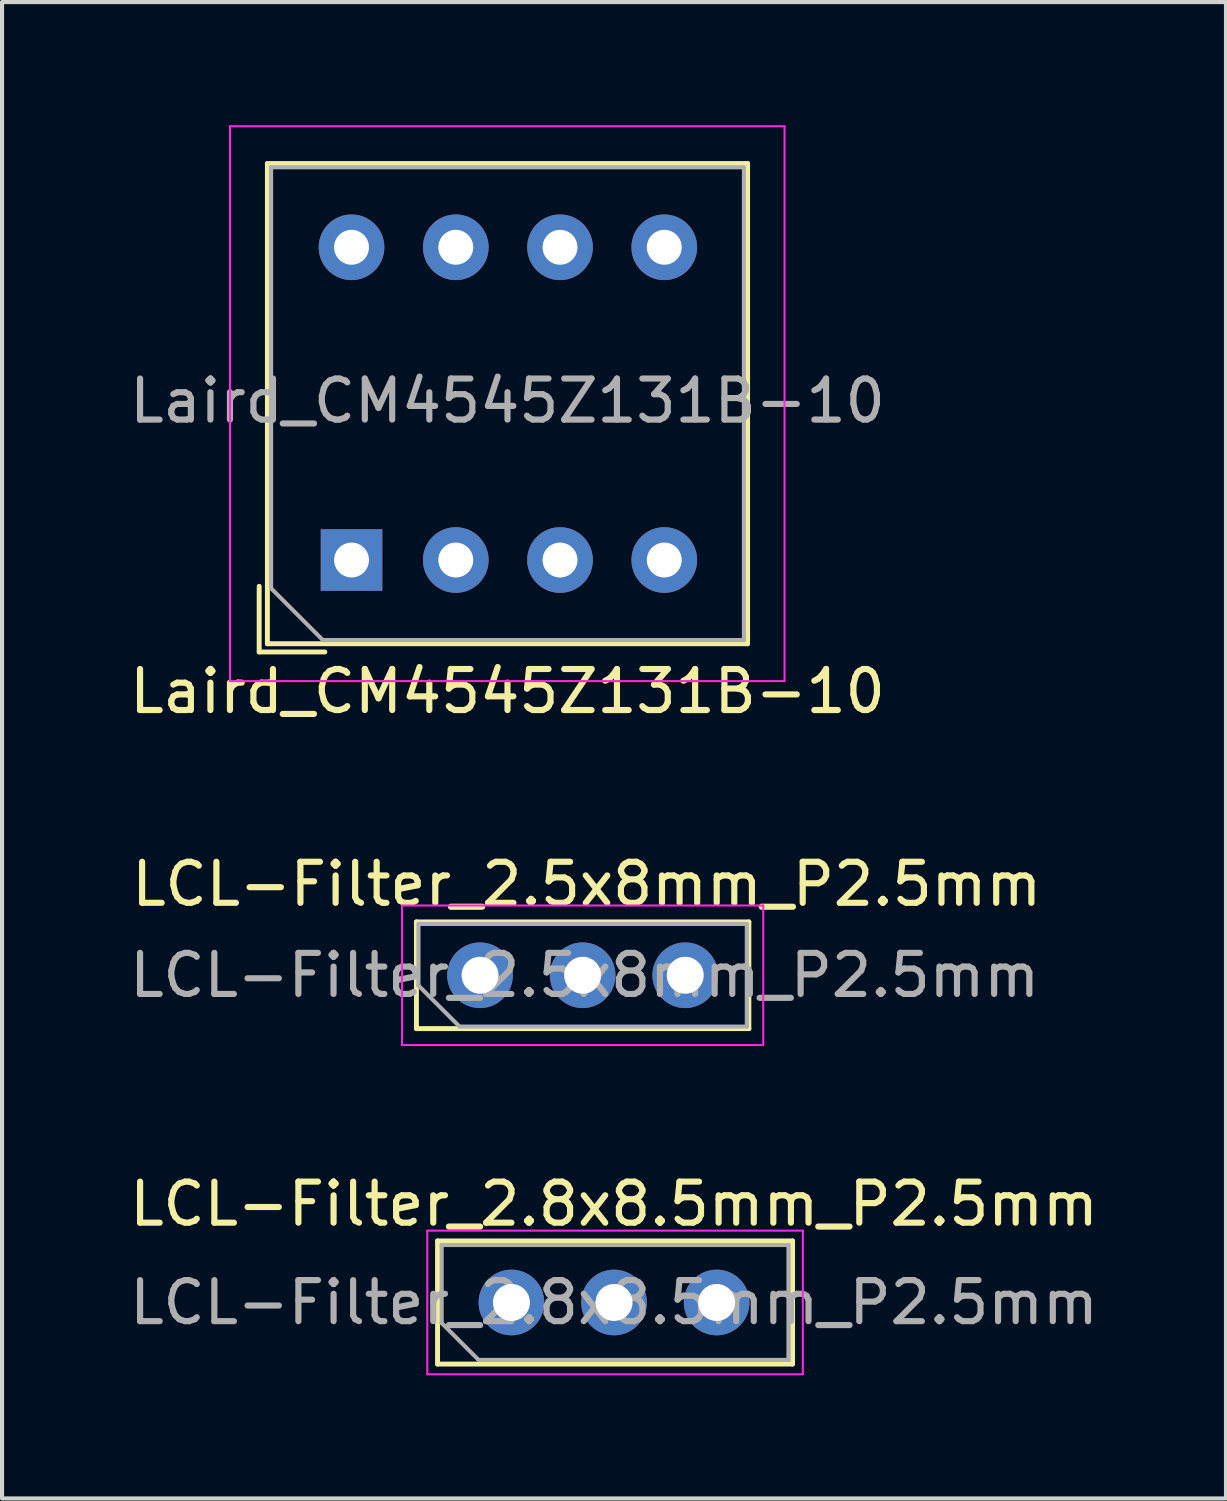
<source format=kicad_pcb>
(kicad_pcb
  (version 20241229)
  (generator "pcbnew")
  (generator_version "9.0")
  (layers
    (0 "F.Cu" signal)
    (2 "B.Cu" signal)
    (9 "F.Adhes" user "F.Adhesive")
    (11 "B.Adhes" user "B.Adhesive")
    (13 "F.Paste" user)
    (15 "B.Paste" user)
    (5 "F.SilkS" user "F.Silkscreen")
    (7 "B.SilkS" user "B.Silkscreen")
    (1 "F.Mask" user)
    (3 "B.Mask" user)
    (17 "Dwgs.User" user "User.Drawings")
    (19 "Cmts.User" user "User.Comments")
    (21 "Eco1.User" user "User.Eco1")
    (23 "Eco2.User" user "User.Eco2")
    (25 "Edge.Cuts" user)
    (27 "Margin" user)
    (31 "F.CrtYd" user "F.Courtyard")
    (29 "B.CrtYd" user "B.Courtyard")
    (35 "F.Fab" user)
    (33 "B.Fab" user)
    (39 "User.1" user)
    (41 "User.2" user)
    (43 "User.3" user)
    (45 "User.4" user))
  (footprint "LCL-Filter_2.5x8mm_P2.5mm"
    (layer "F.Cu")
    (at 8.646 20.712)
    (property "Reference" "LCL-Filter_2.5x8mm_P2.5mm" (at 2.6 -2.22 0) (layer "F.SilkS") (effects (font (size 1 1) (thickness 0.15))))
    (attr through_hole)
    (fp_line (start -1.55 -1.3) (end -1.55 1.3) (stroke (width 0.12) (type solid)) (layer "F.SilkS"))
    (fp_line (start -1.55 -1.3) (end 6.55 -1.3) (stroke (width 0.12) (type solid)) (layer "F.SilkS"))
    (fp_line (start 6.55 -1.3) (end 6.55 1.3) (stroke (width 0.12) (type solid)) (layer "F.SilkS"))
    (fp_line (start 6.55 1.3) (end -1.55 1.3) (stroke (width 0.12) (type solid)) (layer "F.SilkS"))
    (fp_line (start -1.9 1.7) (end -1.9 -1.7) (stroke (width 0.05) (type solid)) (layer "F.CrtYd"))
    (fp_line (start 6.9 -1.7) (end -1.9 -1.7) (stroke (width 0.05) (type solid)) (layer "F.CrtYd"))
    (fp_line (start 6.9 -1.7) (end 6.9 1.7) (stroke (width 0.05) (type solid)) (layer "F.CrtYd"))
    (fp_line (start 6.9 1.7) (end -1.9 1.7) (stroke (width 0.05) (type solid)) (layer "F.CrtYd"))
    (fp_line (start -1.5 -1.25) (end 6.5 -1.25) (stroke (width 0.1) (type solid)) (layer "F.Fab"))
    (fp_line (start -1.5 0.25) (end -1.5 -1.25) (stroke (width 0.1) (type solid)) (layer "F.Fab"))
    (fp_line (start -0.5 1.25) (end -1.5 0.25) (stroke (width 0.1) (type solid)) (layer "F.Fab"))
    (fp_line (start 6.5 -1.25) (end 6.5 1.25) (stroke (width 0.1) (type solid)) (layer "F.Fab"))
    (fp_line (start 6.5 1.25) (end -0.5 1.25) (stroke (width 0.1) (type solid)) (layer "F.Fab"))
    (fp_text user "${REFERENCE}" (at 2.55 0 0) (layer "F.Fab") (effects (font (size 1 1) (thickness 0.15))))
    (pad "1" thru_hole circle (at 0 0) (size 1.6 1.6) (drill 0.9) (layers "*.Cu" "*.Mask"))
    (pad "2" thru_hole circle (at 2.5 0) (size 1.6 1.6) (drill 0.9) (layers "*.Cu" "*.Mask"))
    (pad "3" thru_hole circle (at 5 0) (size 1.6 1.6) (drill 0.9) (layers "*.Cu" "*.Mask")))
  (footprint "LCL-Filter_2.8x8.5mm_P2.5mm"
    (layer "F.Cu")
    (at 9.411 28.685)
    (property "Reference" "LCL-Filter_2.8x8.5mm_P2.5mm" (at 2.5 -2.4 0) (layer "F.SilkS") (effects (font (size 1 1) (thickness 0.15))))
    (attr through_hole)
    (fp_line (start -1.8 -1.5) (end 6.85 -1.5) (stroke (width 0.12) (type solid)) (layer "F.SilkS"))
    (fp_line (start -1.8 1.5) (end -1.8 -1.5) (stroke (width 0.12) (type solid)) (layer "F.SilkS"))
    (fp_line (start 6.85 -1.5) (end 6.85 1.5) (stroke (width 0.12) (type solid)) (layer "F.SilkS"))
    (fp_line (start 6.85 1.5) (end -1.8 1.5) (stroke (width 0.12) (type solid)) (layer "F.SilkS"))
    (fp_line (start -2.05 -1.75) (end 7.1 -1.75) (stroke (width 0.05) (type solid)) (layer "F.CrtYd"))
    (fp_line (start -2.05 1.75) (end -2.05 -1.75) (stroke (width 0.05) (type solid)) (layer "F.CrtYd"))
    (fp_line (start 7.1 -1.75) (end 7.1 1.75) (stroke (width 0.05) (type solid)) (layer "F.CrtYd"))
    (fp_line (start 7.1 1.75) (end -2.05 1.75) (stroke (width 0.05) (type solid)) (layer "F.CrtYd"))
    (fp_line (start -1.7 -1.4) (end 6.75 -1.4) (stroke (width 0.1) (type solid)) (layer "F.Fab"))
    (fp_line (start -1.7 0.5) (end -1.7 -1.4) (stroke (width 0.1) (type solid)) (layer "F.Fab"))
    (fp_line (start -0.8 1.4) (end -1.7 0.5) (stroke (width 0.1) (type solid)) (layer "F.Fab"))
    (fp_line (start -0.8 1.4) (end 6.75 1.4) (stroke (width 0.1) (type solid)) (layer "F.Fab"))
    (fp_line (start 6.75 1.4) (end 6.75 -1.4) (stroke (width 0.1) (type solid)) (layer "F.Fab"))
    (fp_text user "${REFERENCE}" (at 2.5 0 0) (layer "F.Fab") (effects (font (size 1 1) (thickness 0.15))))
    (pad "1" thru_hole circle (at 0 0) (size 1.6 1.6) (drill 0.9) (layers "*.Cu" "*.Mask"))
    (pad "2" thru_hole circle (at 2.5 0) (size 1.6 1.6) (drill 0.9) (layers "*.Cu" "*.Mask"))
    (pad "3" thru_hole circle (at 5 0) (size 1.6 1.6) (drill 0.9) (layers "*.Cu" "*.Mask")))
  (footprint "Laird_CM4545Z131B-10"
    (layer "F.Cu")
    (at 5.515 10.595)
    (property "Reference" "Laird_CM4545Z131B-10" (at 3.8 3.2 0) (layer "F.SilkS") (effects (font (size 1 1) (thickness 0.15))))
    (attr through_hole)
    (fp_line (start -2.25 2.24) (end -2.25 0.64) (stroke (width 0.12) (type solid)) (layer "F.SilkS"))
    (fp_line (start -2.05 -9.66) (end 9.65 -9.66) (stroke (width 0.12) (type solid)) (layer "F.SilkS"))
    (fp_line (start -2.05 2.04) (end -2.05 -9.66) (stroke (width 0.12) (type solid)) (layer "F.SilkS"))
    (fp_line (start -0.65 2.24) (end -2.25 2.24) (stroke (width 0.12) (type solid)) (layer "F.SilkS"))
    (fp_line (start 9.65 -9.66) (end 9.65 2.04) (stroke (width 0.12) (type solid)) (layer "F.SilkS"))
    (fp_line (start 9.65 2.04) (end -2.05 2.04) (stroke (width 0.12) (type solid)) (layer "F.SilkS"))
    (fp_line (start -2.96 -10.57) (end -2.96 2.95) (stroke (width 0.05) (type solid)) (layer "F.CrtYd"))
    (fp_line (start -2.96 -10.57) (end 10.55 -10.57) (stroke (width 0.05) (type solid)) (layer "F.CrtYd"))
    (fp_line (start 10.55 -10.57) (end 10.55 2.95) (stroke (width 0.05) (type solid)) (layer "F.CrtYd"))
    (fp_line (start 10.55 2.95) (end -2.96 2.95) (stroke (width 0.05) (type solid)) (layer "F.CrtYd"))
    (fp_line (start -1.96 0.69) (end -1.96 -9.57) (stroke (width 0.1) (type solid)) (layer "F.Fab"))
    (fp_line (start -0.7 1.95) (end -1.96 0.69) (stroke (width 0.1) (type solid)) (layer "F.Fab"))
    (fp_line (start -0.7 1.95) (end 9.56 1.95) (stroke (width 0.1) (type solid)) (layer "F.Fab"))
    (fp_line (start 9.56 -9.57) (end -1.96 -9.57) (stroke (width 0.1) (type solid)) (layer "F.Fab"))
    (fp_line (start 9.56 -9.57) (end 9.56 1.95) (stroke (width 0.1) (type solid)) (layer "F.Fab"))
    (fp_text user "${REFERENCE}" (at 3.8 -3.877 0) (layer "F.Fab") (effects (font (size 1 1) (thickness 0.15))))
    (pad "1" thru_hole rect (at 0 0) (size 1.5 1.5) (drill 0.85) (layers "*.Cu" "*.Mask"))
    (pad "2" thru_hole circle (at 2.54 0) (size 1.6 1.6) (drill 0.85) (layers "*.Cu" "*.Mask"))
    (pad "3" thru_hole circle (at 5.08 0) (size 1.6 1.6) (drill 0.85) (layers "*.Cu" "*.Mask"))
    (pad "4" thru_hole circle (at 7.62 0) (size 1.6 1.6) (drill 0.85) (layers "*.Cu" "*.Mask"))
    (pad "5" thru_hole circle (at 7.62 -7.62) (size 1.6 1.6) (drill 0.85) (layers "*.Cu" "*.Mask"))
    (pad "6" thru_hole circle (at 5.08 -7.62) (size 1.6 1.6) (drill 0.85) (layers "*.Cu" "*.Mask"))
    (pad "7" thru_hole circle (at 2.54 -7.62) (size 1.6 1.6) (drill 0.85) (layers "*.Cu" "*.Mask"))
    (pad "8" thru_hole circle (at 0 -7.62) (size 1.6 1.6) (drill 0.85) (layers "*.Cu" "*.Mask")))
  (gr_rect
    (start -3 -3)
    (end 26.821 33.46)
    (stroke (width 0.1) (type default))
    (fill no)
    (layer "Edge.Cuts")))
</source>
